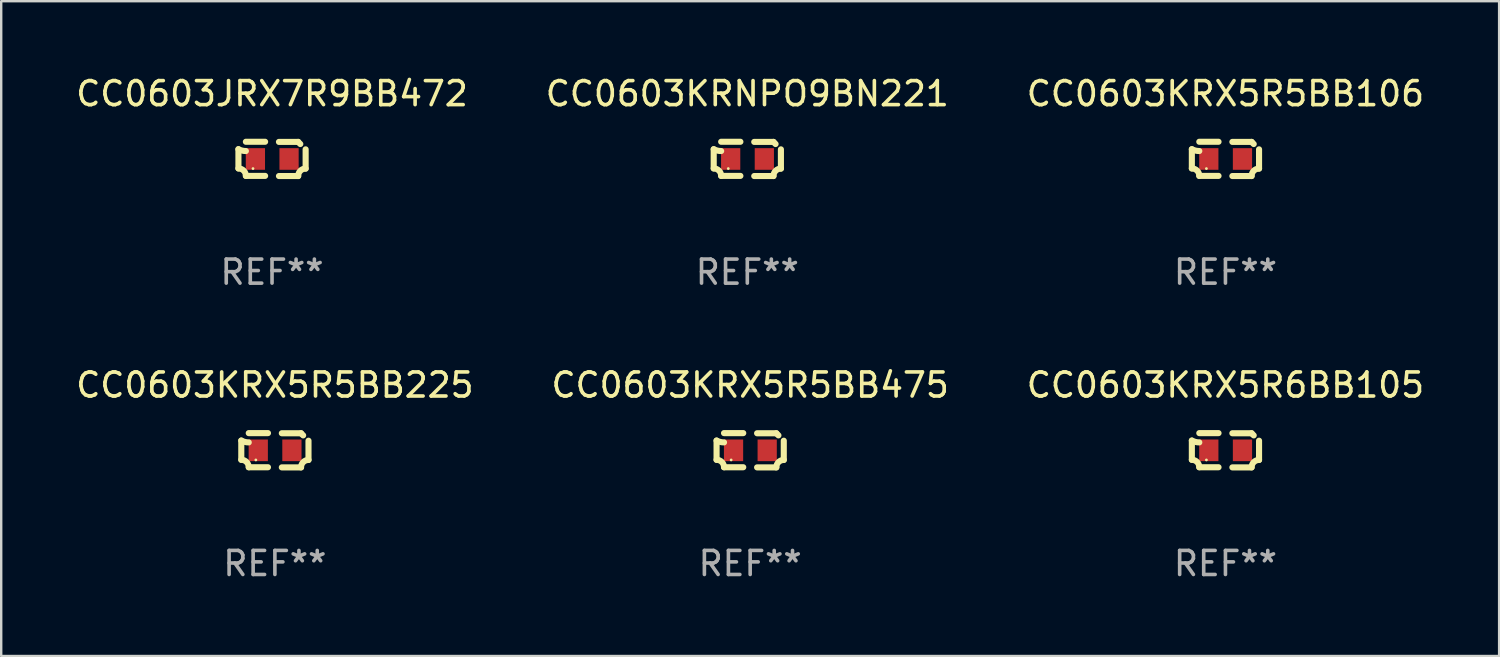
<source format=kicad_pcb>
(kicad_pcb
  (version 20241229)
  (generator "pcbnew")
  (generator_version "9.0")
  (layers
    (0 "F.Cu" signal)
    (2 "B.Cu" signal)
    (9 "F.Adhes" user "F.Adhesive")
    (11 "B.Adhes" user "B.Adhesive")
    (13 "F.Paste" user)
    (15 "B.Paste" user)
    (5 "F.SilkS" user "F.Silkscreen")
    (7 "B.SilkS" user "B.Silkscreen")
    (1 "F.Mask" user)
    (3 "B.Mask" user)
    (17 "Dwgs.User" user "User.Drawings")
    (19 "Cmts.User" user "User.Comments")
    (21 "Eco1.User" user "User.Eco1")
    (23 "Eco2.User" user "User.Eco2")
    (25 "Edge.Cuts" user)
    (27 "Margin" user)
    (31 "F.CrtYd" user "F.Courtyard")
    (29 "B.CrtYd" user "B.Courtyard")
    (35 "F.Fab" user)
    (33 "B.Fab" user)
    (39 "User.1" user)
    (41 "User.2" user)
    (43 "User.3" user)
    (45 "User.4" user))
  (footprint "CC0603JRX7R9BB472"
    (layer "F.Cu")
    (at 8.268 3.561)
    (property "Reference" "CC0603JRX7R9BB472" (at 0 -2.713 0) (layer "F.SilkS") (effects (font (size 1 1) (thickness 0.15))))
    (attr through_hole)
    (fp_line (start -1.398 -0.403) (end -1.398 0.397) (stroke (width 0.254) (type solid)) (layer "F.SilkS"))
    (fp_line (start -0.288 -0.713) (end -1.088 -0.713) (stroke (width 0.254) (type solid)) (layer "F.SilkS"))
    (fp_line (start -0.288 0.707) (end -1.088 0.707) (stroke (width 0.254) (type solid)) (layer "F.SilkS"))
    (fp_line (start 0.288 -0.707) (end 1.088 -0.707) (stroke (width 0.254) (type solid)) (layer "F.SilkS"))
    (fp_line (start 0.288 0.713) (end 1.088 0.713) (stroke (width 0.254) (type solid)) (layer "F.SilkS"))
    (fp_line (start 1.398 -0.397) (end 1.398 0.403) (stroke (width 0.254) (type solid)) (layer "F.SilkS"))
    (fp_arc (start -1.397789 0.397066) (mid -1.178701 0.487826) (end -1.08796 0.706922) (stroke (width 0.254001) (type solid)) (layer "F.SilkS"))
    (fp_arc (start -1.08796 -0.327176) (mid -1.247436 -0.346384) (end -1.39779 -0.402908) (stroke (width 0.254001) (type solid)) (layer "F.SilkS"))
    (fp_arc (start 1.087909 0.712738) (mid 1.178656 0.493655) (end 1.397739 0.402908) (stroke (width 0.254001) (type solid)) (layer "F.SilkS"))
    (fp_arc (start 1.175925 -0.618926) (mid 1.131917 -0.662923) (end 1.08791 -0.706922) (stroke (width 0.254001) (type solid)) (layer "F.SilkS"))
    (fp_circle (center -0.792 0.403) (end -0.762 0.403) (stroke (width 0.06) (type solid)) (fill no) (layer "F.SilkS"))
    (fp_text user "REF**" (at 0 4.713 0) (layer "F.Fab") (effects (font (size 1 1) (thickness 0.15))))
    (pad "1" smd rect (at -0.692 0.003) (size 0.8 0.9) (layers "F.Cu" "F.Mask" "F.Paste"))
    (pad "2" smd rect (at 0.708 0.003) (size 0.8 0.9) (layers "F.Cu" "F.Mask" "F.Paste")))
  (footprint "CC0603KRNPO9BN221"
    (layer "F.Cu")
    (at 28.042 3.561)
    (property "Reference" "CC0603KRNPO9BN221" (at 0 -2.713 0) (layer "F.SilkS") (effects (font (size 1 1) (thickness 0.15))))
    (attr through_hole)
    (fp_line (start -1.398 -0.403) (end -1.398 0.397) (stroke (width 0.254) (type solid)) (layer "F.SilkS"))
    (fp_line (start -0.288 -0.713) (end -1.088 -0.713) (stroke (width 0.254) (type solid)) (layer "F.SilkS"))
    (fp_line (start -0.288 0.707) (end -1.088 0.707) (stroke (width 0.254) (type solid)) (layer "F.SilkS"))
    (fp_line (start 0.288 -0.707) (end 1.088 -0.707) (stroke (width 0.254) (type solid)) (layer "F.SilkS"))
    (fp_line (start 0.288 0.713) (end 1.088 0.713) (stroke (width 0.254) (type solid)) (layer "F.SilkS"))
    (fp_line (start 1.398 -0.397) (end 1.398 0.403) (stroke (width 0.254) (type solid)) (layer "F.SilkS"))
    (fp_arc (start -1.397789 0.397066) (mid -1.178701 0.487826) (end -1.08796 0.706922) (stroke (width 0.254001) (type solid)) (layer "F.SilkS"))
    (fp_arc (start -1.08796 -0.327176) (mid -1.247436 -0.346384) (end -1.39779 -0.402908) (stroke (width 0.254001) (type solid)) (layer "F.SilkS"))
    (fp_arc (start 1.087909 0.712738) (mid 1.178656 0.493655) (end 1.397739 0.402908) (stroke (width 0.254001) (type solid)) (layer "F.SilkS"))
    (fp_arc (start 1.175925 -0.618926) (mid 1.131917 -0.662923) (end 1.08791 -0.706922) (stroke (width 0.254001) (type solid)) (layer "F.SilkS"))
    (fp_circle (center -0.792 0.403) (end -0.762 0.403) (stroke (width 0.06) (type solid)) (fill no) (layer "F.SilkS"))
    (fp_text user "REF**" (at 0 4.713 0) (layer "F.Fab") (effects (font (size 1 1) (thickness 0.15))))
    (pad "1" smd rect (at -0.692 0.003) (size 0.8 0.9) (layers "F.Cu" "F.Mask" "F.Paste"))
    (pad "2" smd rect (at 0.708 0.003) (size 0.8 0.9) (layers "F.Cu" "F.Mask" "F.Paste")))
  (footprint "CC0603KRX5R5BB225"
    (layer "F.Cu")
    (at 8.387 15.683)
    (property "Reference" "CC0603KRX5R5BB225" (at 0 -2.713 0) (layer "F.SilkS") (effects (font (size 1 1) (thickness 0.15))))
    (attr through_hole)
    (fp_line (start -1.398 -0.403) (end -1.398 0.397) (stroke (width 0.254) (type solid)) (layer "F.SilkS"))
    (fp_line (start -0.288 -0.713) (end -1.088 -0.713) (stroke (width 0.254) (type solid)) (layer "F.SilkS"))
    (fp_line (start -0.288 0.707) (end -1.088 0.707) (stroke (width 0.254) (type solid)) (layer "F.SilkS"))
    (fp_line (start 0.288 -0.707) (end 1.088 -0.707) (stroke (width 0.254) (type solid)) (layer "F.SilkS"))
    (fp_line (start 0.288 0.713) (end 1.088 0.713) (stroke (width 0.254) (type solid)) (layer "F.SilkS"))
    (fp_line (start 1.398 -0.397) (end 1.398 0.403) (stroke (width 0.254) (type solid)) (layer "F.SilkS"))
    (fp_arc (start -1.397789 0.397066) (mid -1.178701 0.487826) (end -1.08796 0.706922) (stroke (width 0.254001) (type solid)) (layer "F.SilkS"))
    (fp_arc (start -1.08796 -0.327176) (mid -1.247436 -0.346384) (end -1.39779 -0.402908) (stroke (width 0.254001) (type solid)) (layer "F.SilkS"))
    (fp_arc (start 1.087909 0.712738) (mid 1.178656 0.493655) (end 1.397739 0.402908) (stroke (width 0.254001) (type solid)) (layer "F.SilkS"))
    (fp_arc (start 1.175925 -0.618926) (mid 1.131917 -0.662923) (end 1.08791 -0.706922) (stroke (width 0.254001) (type solid)) (layer "F.SilkS"))
    (fp_circle (center -0.792 0.403) (end -0.762 0.403) (stroke (width 0.06) (type solid)) (fill no) (layer "F.SilkS"))
    (fp_text user "REF**" (at 0 4.713 0) (layer "F.Fab") (effects (font (size 1 1) (thickness 0.15))))
    (pad "1" smd rect (at -0.692 0.003) (size 0.8 0.9) (layers "F.Cu" "F.Mask" "F.Paste"))
    (pad "2" smd rect (at 0.708 0.003) (size 0.8 0.9) (layers "F.Cu" "F.Mask" "F.Paste")))
  (footprint "CC0603KRX5R5BB106"
    (layer "F.Cu")
    (at 47.935 3.561)
    (property "Reference" "CC0603KRX5R5BB106" (at 0 -2.713 0) (layer "F.SilkS") (effects (font (size 1 1) (thickness 0.15))))
    (attr through_hole)
    (fp_line (start -1.398 -0.403) (end -1.398 0.397) (stroke (width 0.254) (type solid)) (layer "F.SilkS"))
    (fp_line (start -0.288 -0.713) (end -1.088 -0.713) (stroke (width 0.254) (type solid)) (layer "F.SilkS"))
    (fp_line (start -0.288 0.707) (end -1.088 0.707) (stroke (width 0.254) (type solid)) (layer "F.SilkS"))
    (fp_line (start 0.288 -0.707) (end 1.088 -0.707) (stroke (width 0.254) (type solid)) (layer "F.SilkS"))
    (fp_line (start 0.288 0.713) (end 1.088 0.713) (stroke (width 0.254) (type solid)) (layer "F.SilkS"))
    (fp_line (start 1.398 -0.397) (end 1.398 0.403) (stroke (width 0.254) (type solid)) (layer "F.SilkS"))
    (fp_arc (start -1.397789 0.397066) (mid -1.178701 0.487826) (end -1.08796 0.706922) (stroke (width 0.254001) (type solid)) (layer "F.SilkS"))
    (fp_arc (start -1.08796 -0.327176) (mid -1.247436 -0.346384) (end -1.39779 -0.402908) (stroke (width 0.254001) (type solid)) (layer "F.SilkS"))
    (fp_arc (start 1.087909 0.712738) (mid 1.178656 0.493655) (end 1.397739 0.402908) (stroke (width 0.254001) (type solid)) (layer "F.SilkS"))
    (fp_arc (start 1.175925 -0.618926) (mid 1.131917 -0.662923) (end 1.08791 -0.706922) (stroke (width 0.254001) (type solid)) (layer "F.SilkS"))
    (fp_circle (center -0.792 0.403) (end -0.762 0.403) (stroke (width 0.06) (type solid)) (fill no) (layer "F.SilkS"))
    (fp_text user "REF**" (at 0 4.713 0) (layer "F.Fab") (effects (font (size 1 1) (thickness 0.15))))
    (pad "1" smd rect (at -0.692 0.003) (size 0.8 0.9) (layers "F.Cu" "F.Mask" "F.Paste"))
    (pad "2" smd rect (at 0.708 0.003) (size 0.8 0.9) (layers "F.Cu" "F.Mask" "F.Paste")))
  (footprint "CC0603KRX5R5BB475"
    (layer "F.Cu")
    (at 28.161 15.683)
    (property "Reference" "CC0603KRX5R5BB475" (at 0 -2.713 0) (layer "F.SilkS") (effects (font (size 1 1) (thickness 0.15))))
    (attr through_hole)
    (fp_line (start -1.398 -0.403) (end -1.398 0.397) (stroke (width 0.254) (type solid)) (layer "F.SilkS"))
    (fp_line (start -0.288 -0.713) (end -1.088 -0.713) (stroke (width 0.254) (type solid)) (layer "F.SilkS"))
    (fp_line (start -0.288 0.707) (end -1.088 0.707) (stroke (width 0.254) (type solid)) (layer "F.SilkS"))
    (fp_line (start 0.288 -0.707) (end 1.088 -0.707) (stroke (width 0.254) (type solid)) (layer "F.SilkS"))
    (fp_line (start 0.288 0.713) (end 1.088 0.713) (stroke (width 0.254) (type solid)) (layer "F.SilkS"))
    (fp_line (start 1.398 -0.397) (end 1.398 0.403) (stroke (width 0.254) (type solid)) (layer "F.SilkS"))
    (fp_arc (start -1.397789 0.397066) (mid -1.178701 0.487826) (end -1.08796 0.706922) (stroke (width 0.254001) (type solid)) (layer "F.SilkS"))
    (fp_arc (start -1.08796 -0.327176) (mid -1.247436 -0.346384) (end -1.39779 -0.402908) (stroke (width 0.254001) (type solid)) (layer "F.SilkS"))
    (fp_arc (start 1.087909 0.712738) (mid 1.178656 0.493655) (end 1.397739 0.402908) (stroke (width 0.254001) (type solid)) (layer "F.SilkS"))
    (fp_arc (start 1.175925 -0.618926) (mid 1.131917 -0.662923) (end 1.08791 -0.706922) (stroke (width 0.254001) (type solid)) (layer "F.SilkS"))
    (fp_circle (center -0.792 0.403) (end -0.762 0.403) (stroke (width 0.06) (type solid)) (fill no) (layer "F.SilkS"))
    (fp_text user "REF**" (at 0 4.713 0) (layer "F.Fab") (effects (font (size 1 1) (thickness 0.15))))
    (pad "1" smd rect (at -0.692 0.003) (size 0.8 0.9) (layers "F.Cu" "F.Mask" "F.Paste"))
    (pad "2" smd rect (at 0.708 0.003) (size 0.8 0.9) (layers "F.Cu" "F.Mask" "F.Paste")))
  (footprint "CC0603KRX5R6BB105"
    (layer "F.Cu")
    (at 47.935 15.683)
    (property "Reference" "CC0603KRX5R6BB105" (at 0 -2.713 0) (layer "F.SilkS") (effects (font (size 1 1) (thickness 0.15))))
    (attr through_hole)
    (fp_line (start -1.398 -0.403) (end -1.398 0.397) (stroke (width 0.254) (type solid)) (layer "F.SilkS"))
    (fp_line (start -0.288 -0.713) (end -1.088 -0.713) (stroke (width 0.254) (type solid)) (layer "F.SilkS"))
    (fp_line (start -0.288 0.707) (end -1.088 0.707) (stroke (width 0.254) (type solid)) (layer "F.SilkS"))
    (fp_line (start 0.288 -0.707) (end 1.088 -0.707) (stroke (width 0.254) (type solid)) (layer "F.SilkS"))
    (fp_line (start 0.288 0.713) (end 1.088 0.713) (stroke (width 0.254) (type solid)) (layer "F.SilkS"))
    (fp_line (start 1.398 -0.397) (end 1.398 0.403) (stroke (width 0.254) (type solid)) (layer "F.SilkS"))
    (fp_arc (start -1.397789 0.397066) (mid -1.178701 0.487826) (end -1.08796 0.706922) (stroke (width 0.254001) (type solid)) (layer "F.SilkS"))
    (fp_arc (start -1.08796 -0.327176) (mid -1.247436 -0.346384) (end -1.39779 -0.402908) (stroke (width 0.254001) (type solid)) (layer "F.SilkS"))
    (fp_arc (start 1.087909 0.712738) (mid 1.178656 0.493655) (end 1.397739 0.402908) (stroke (width 0.254001) (type solid)) (layer "F.SilkS"))
    (fp_arc (start 1.175925 -0.618926) (mid 1.131917 -0.662923) (end 1.08791 -0.706922) (stroke (width 0.254001) (type solid)) (layer "F.SilkS"))
    (fp_circle (center -0.792 0.403) (end -0.762 0.403) (stroke (width 0.06) (type solid)) (fill no) (layer "F.SilkS"))
    (fp_text user "REF**" (at 0 4.713 0) (layer "F.Fab") (effects (font (size 1 1) (thickness 0.15))))
    (pad "1" smd rect (at -0.692 0.003) (size 0.8 0.9) (layers "F.Cu" "F.Mask" "F.Paste"))
    (pad "2" smd rect (at 0.708 0.003) (size 0.8 0.9) (layers "F.Cu" "F.Mask" "F.Paste")))
  (gr_rect
    (start -3 -3)
    (end 59.321 24.244)
    (stroke (width 0.1) (type default))
    (fill no)
    (layer "Edge.Cuts")))
</source>
